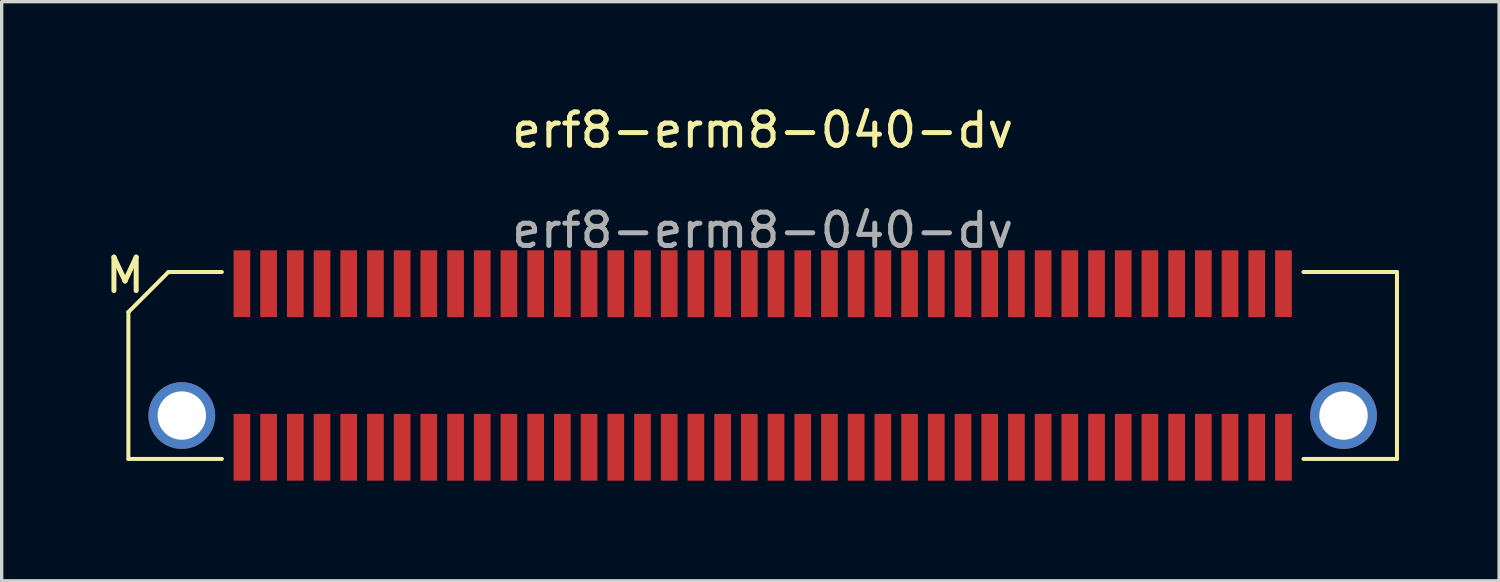
<source format=kicad_pcb>
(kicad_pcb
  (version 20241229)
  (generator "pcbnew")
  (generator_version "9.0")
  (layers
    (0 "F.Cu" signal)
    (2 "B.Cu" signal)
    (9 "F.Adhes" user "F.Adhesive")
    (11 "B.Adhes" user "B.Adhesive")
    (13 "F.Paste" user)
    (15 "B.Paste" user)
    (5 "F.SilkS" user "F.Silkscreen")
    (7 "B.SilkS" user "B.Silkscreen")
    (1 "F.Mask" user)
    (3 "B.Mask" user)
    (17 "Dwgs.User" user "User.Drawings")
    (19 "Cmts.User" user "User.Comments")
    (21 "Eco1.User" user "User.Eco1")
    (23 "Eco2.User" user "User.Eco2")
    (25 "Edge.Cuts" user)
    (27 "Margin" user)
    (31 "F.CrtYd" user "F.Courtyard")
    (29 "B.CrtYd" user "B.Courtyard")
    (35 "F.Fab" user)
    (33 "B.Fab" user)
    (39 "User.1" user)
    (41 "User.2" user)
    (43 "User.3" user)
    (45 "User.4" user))
  (footprint "erf8-erm8-040-dv"
    (layer "F.Cu")
    (at 19.796 7.898)
    (property "Reference" "erf8-erm8-040-dv" (at 0 -7.05 0) (unlocked yes) (layer "F.SilkS") (effects (font (size 1 1) (thickness 0.15))))
    (attr smd)
    (fp_line (start -19 -1.6) (end -19 2.8) (stroke (width 0.12) (type solid)) (layer "F.SilkS"))
    (fp_line (start -17.8 -2.8) (end -19 -1.6) (stroke (width 0.12) (type solid)) (layer "F.SilkS"))
    (fp_line (start -16.2 -2.8) (end -17.8 -2.8) (stroke (width 0.12) (type solid)) (layer "F.SilkS"))
    (fp_line (start -16.2 2.8) (end -19 2.8) (stroke (width 0.12) (type solid)) (layer "F.SilkS"))
    (fp_line (start 16.2 2.8) (end 19 2.8) (stroke (width 0.12) (type solid)) (layer "F.SilkS"))
    (fp_line (start 19 -2.8) (end 16.2 -2.8) (stroke (width 0.12) (type solid)) (layer "F.SilkS"))
    (fp_line (start 19 2.8) (end 19 -2.8) (stroke (width 0.12) (type solid)) (layer "F.SilkS"))
    (fp_text user "M" (at -19.1 -2.7 0) (unlocked yes) (layer "F.SilkS") (effects (font (size 1 1) (thickness 0.15))))
    (fp_text user "${REFERENCE}" (at 0 -4.05 0) (unlocked yes) (layer "F.Fab") (effects (font (size 1 1) (thickness 0.15))))
    (pad "1" smd rect (at -15.6 -2.45 90) (size 2 0.5) (layers "F.Cu" "F.Mask" "F.Paste"))
    (pad "2" smd rect (at -15.6 2.45 90) (size 2 0.5) (layers "F.Cu" "F.Mask" "F.Paste"))
    (pad "3" smd rect (at -14.8 -2.45 90) (size 2 0.5) (layers "F.Cu" "F.Mask" "F.Paste"))
    (pad "4" smd rect (at -14.8 2.45 90) (size 2 0.5) (layers "F.Cu" "F.Mask" "F.Paste"))
    (pad "5" smd rect (at -14 -2.45 90) (size 2 0.5) (layers "F.Cu" "F.Mask" "F.Paste"))
    (pad "6" smd rect (at -14 2.45 90) (size 2 0.5) (layers "F.Cu" "F.Mask" "F.Paste"))
    (pad "7" smd rect (at -13.2 -2.45 90) (size 2 0.5) (layers "F.Cu" "F.Mask" "F.Paste"))
    (pad "8" smd rect (at -13.2 2.45 90) (size 2 0.5) (layers "F.Cu" "F.Mask" "F.Paste"))
    (pad "9" smd rect (at -12.4 -2.45 90) (size 2 0.5) (layers "F.Cu" "F.Mask" "F.Paste"))
    (pad "10" smd rect (at -12.4 2.45 90) (size 2 0.5) (layers "F.Cu" "F.Mask" "F.Paste"))
    (pad "11" smd rect (at -11.6 -2.45 90) (size 2 0.5) (layers "F.Cu" "F.Mask" "F.Paste"))
    (pad "12" smd rect (at -11.6 2.45 90) (size 2 0.5) (layers "F.Cu" "F.Mask" "F.Paste"))
    (pad "13" smd rect (at -10.8 -2.45 90) (size 2 0.5) (layers "F.Cu" "F.Mask" "F.Paste"))
    (pad "14" smd rect (at -10.8 2.45 90) (size 2 0.5) (layers "F.Cu" "F.Mask" "F.Paste"))
    (pad "15" smd rect (at -10 -2.45 90) (size 2 0.5) (layers "F.Cu" "F.Mask" "F.Paste"))
    (pad "16" smd rect (at -10 2.45 90) (size 2 0.5) (layers "F.Cu" "F.Mask" "F.Paste"))
    (pad "17" smd rect (at -9.2 -2.45 90) (size 2 0.5) (layers "F.Cu" "F.Mask" "F.Paste"))
    (pad "18" smd rect (at -9.2 2.45 90) (size 2 0.5) (layers "F.Cu" "F.Mask" "F.Paste"))
    (pad "19" smd rect (at -8.4 -2.45 90) (size 2 0.5) (layers "F.Cu" "F.Mask" "F.Paste"))
    (pad "20" smd rect (at -8.4 2.45 90) (size 2 0.5) (layers "F.Cu" "F.Mask" "F.Paste"))
    (pad "21" smd rect (at -7.6 -2.45 90) (size 2 0.5) (layers "F.Cu" "F.Mask" "F.Paste"))
    (pad "22" smd rect (at -7.6 2.45 90) (size 2 0.5) (layers "F.Cu" "F.Mask" "F.Paste"))
    (pad "23" smd rect (at -6.8 -2.45 90) (size 2 0.5) (layers "F.Cu" "F.Mask" "F.Paste"))
    (pad "24" smd rect (at -6.8 2.45 90) (size 2 0.5) (layers "F.Cu" "F.Mask" "F.Paste"))
    (pad "25" smd rect (at -6 -2.45 90) (size 2 0.5) (layers "F.Cu" "F.Mask" "F.Paste"))
    (pad "26" smd rect (at -6 2.45 90) (size 2 0.5) (layers "F.Cu" "F.Mask" "F.Paste"))
    (pad "27" smd rect (at -5.2 -2.45 90) (size 2 0.5) (layers "F.Cu" "F.Mask" "F.Paste"))
    (pad "28" smd rect (at -5.2 2.45 90) (size 2 0.5) (layers "F.Cu" "F.Mask" "F.Paste"))
    (pad "29" smd rect (at -4.4 -2.45 90) (size 2 0.5) (layers "F.Cu" "F.Mask" "F.Paste"))
    (pad "30" smd rect (at -4.4 2.45 90) (size 2 0.5) (layers "F.Cu" "F.Mask" "F.Paste"))
    (pad "31" smd rect (at -3.6 -2.45 90) (size 2 0.5) (layers "F.Cu" "F.Mask" "F.Paste"))
    (pad "32" smd rect (at -3.6 2.45 90) (size 2 0.5) (layers "F.Cu" "F.Mask" "F.Paste"))
    (pad "33" smd rect (at -2.8 -2.45 90) (size 2 0.5) (layers "F.Cu" "F.Mask" "F.Paste"))
    (pad "34" smd rect (at -2.8 2.45 90) (size 2 0.5) (layers "F.Cu" "F.Mask" "F.Paste"))
    (pad "35" smd rect (at -2 -2.45 90) (size 2 0.5) (layers "F.Cu" "F.Mask" "F.Paste"))
    (pad "36" smd rect (at -2 2.45 90) (size 2 0.5) (layers "F.Cu" "F.Mask" "F.Paste"))
    (pad "37" smd rect (at -1.2 -2.45 90) (size 2 0.5) (layers "F.Cu" "F.Mask" "F.Paste"))
    (pad "38" smd rect (at -1.2 2.45 90) (size 2 0.5) (layers "F.Cu" "F.Mask" "F.Paste"))
    (pad "39" smd rect (at -0.4 -2.45 90) (size 2 0.5) (layers "F.Cu" "F.Mask" "F.Paste"))
    (pad "40" smd rect (at -0.4 2.45 90) (size 2 0.5) (layers "F.Cu" "F.Mask" "F.Paste"))
    (pad "41" smd rect (at 0.4 -2.45 90) (size 2 0.5) (layers "F.Cu" "F.Mask" "F.Paste"))
    (pad "42" smd rect (at 0.4 2.45 90) (size 2 0.5) (layers "F.Cu" "F.Mask" "F.Paste"))
    (pad "43" smd rect (at 1.2 -2.45 90) (size 2 0.5) (layers "F.Cu" "F.Mask" "F.Paste"))
    (pad "44" smd rect (at 1.2 2.45 90) (size 2 0.5) (layers "F.Cu" "F.Mask" "F.Paste"))
    (pad "45" smd rect (at 2 -2.45 90) (size 2 0.5) (layers "F.Cu" "F.Mask" "F.Paste"))
    (pad "46" smd rect (at 2 2.45 90) (size 2 0.5) (layers "F.Cu" "F.Mask" "F.Paste"))
    (pad "47" smd rect (at 2.8 -2.45 90) (size 2 0.5) (layers "F.Cu" "F.Mask" "F.Paste"))
    (pad "48" smd rect (at 2.8 2.45 90) (size 2 0.5) (layers "F.Cu" "F.Mask" "F.Paste"))
    (pad "49" smd rect (at 3.6 -2.45 90) (size 2 0.5) (layers "F.Cu" "F.Mask" "F.Paste"))
    (pad "50" smd rect (at 3.6 2.45 90) (size 2 0.5) (layers "F.Cu" "F.Mask" "F.Paste"))
    (pad "51" smd rect (at 4.4 -2.45 90) (size 2 0.5) (layers "F.Cu" "F.Mask" "F.Paste"))
    (pad "52" smd rect (at 4.4 2.45 90) (size 2 0.5) (layers "F.Cu" "F.Mask" "F.Paste"))
    (pad "53" smd rect (at 5.2 -2.45 90) (size 2 0.5) (layers "F.Cu" "F.Mask" "F.Paste"))
    (pad "54" smd rect (at 5.2 2.45 90) (size 2 0.5) (layers "F.Cu" "F.Mask" "F.Paste"))
    (pad "55" smd rect (at 6 -2.45 90) (size 2 0.5) (layers "F.Cu" "F.Mask" "F.Paste"))
    (pad "56" smd rect (at 6 2.45 90) (size 2 0.5) (layers "F.Cu" "F.Mask" "F.Paste"))
    (pad "57" smd rect (at 6.8 -2.45 90) (size 2 0.5) (layers "F.Cu" "F.Mask" "F.Paste"))
    (pad "58" smd rect (at 6.8 2.45 90) (size 2 0.5) (layers "F.Cu" "F.Mask" "F.Paste"))
    (pad "59" smd rect (at 7.6 -2.45 90) (size 2 0.5) (layers "F.Cu" "F.Mask" "F.Paste"))
    (pad "60" smd rect (at 7.6 2.45 90) (size 2 0.5) (layers "F.Cu" "F.Mask" "F.Paste"))
    (pad "61" smd rect (at 8.4 -2.45 90) (size 2 0.5) (layers "F.Cu" "F.Mask" "F.Paste"))
    (pad "62" smd rect (at 8.4 2.45 90) (size 2 0.5) (layers "F.Cu" "F.Mask" "F.Paste"))
    (pad "63" smd rect (at 9.2 -2.45 90) (size 2 0.5) (layers "F.Cu" "F.Mask" "F.Paste"))
    (pad "64" smd rect (at 9.2 2.45 90) (size 2 0.5) (layers "F.Cu" "F.Mask" "F.Paste"))
    (pad "65" smd rect (at 10 -2.45 90) (size 2 0.5) (layers "F.Cu" "F.Mask" "F.Paste"))
    (pad "66" smd rect (at 10 2.45 90) (size 2 0.5) (layers "F.Cu" "F.Mask" "F.Paste"))
    (pad "67" smd rect (at 10.8 -2.45 90) (size 2 0.5) (layers "F.Cu" "F.Mask" "F.Paste"))
    (pad "68" smd rect (at 10.8 2.45 90) (size 2 0.5) (layers "F.Cu" "F.Mask" "F.Paste"))
    (pad "69" smd rect (at 11.6 -2.45 90) (size 2 0.5) (layers "F.Cu" "F.Mask" "F.Paste"))
    (pad "70" smd rect (at 11.6 2.45 90) (size 2 0.5) (layers "F.Cu" "F.Mask" "F.Paste"))
    (pad "71" smd rect (at 12.4 -2.45 90) (size 2 0.5) (layers "F.Cu" "F.Mask" "F.Paste"))
    (pad "72" smd rect (at 12.4 2.45 90) (size 2 0.5) (layers "F.Cu" "F.Mask" "F.Paste"))
    (pad "73" smd rect (at 13.2 -2.45 90) (size 2 0.5) (layers "F.Cu" "F.Mask" "F.Paste"))
    (pad "74" smd rect (at 13.2 2.45 90) (size 2 0.5) (layers "F.Cu" "F.Mask" "F.Paste"))
    (pad "75" smd rect (at 14 -2.45 90) (size 2 0.5) (layers "F.Cu" "F.Mask" "F.Paste"))
    (pad "76" smd rect (at 14 2.45 90) (size 2 0.5) (layers "F.Cu" "F.Mask" "F.Paste"))
    (pad "77" smd rect (at 14.8 -2.45 90) (size 2 0.5) (layers "F.Cu" "F.Mask" "F.Paste"))
    (pad "78" smd rect (at 14.8 2.45 90) (size 2 0.5) (layers "F.Cu" "F.Mask" "F.Paste"))
    (pad "79" smd rect (at 15.6 -2.45 90) (size 2 0.5) (layers "F.Cu" "F.Mask" "F.Paste"))
    (pad "80" smd rect (at 15.6 2.45 90) (size 2 0.5) (layers "F.Cu" "F.Mask" "F.Paste"))
    (pad "G1" thru_hole circle (at -17.4 1.5 90) (size 2 2) (drill 1.45) (layers "*.Cu" "*.Mask"))
    (pad "G2" thru_hole circle (at 17.4 1.5 90) (size 2 2) (drill 1.45) (layers "*.Cu" "*.Mask")))
  (gr_rect
    (start -3 -3)
    (end 41.856 14.348)
    (stroke (width 0.1) (type default))
    (fill no)
    (layer "Edge.Cuts")))
</source>
